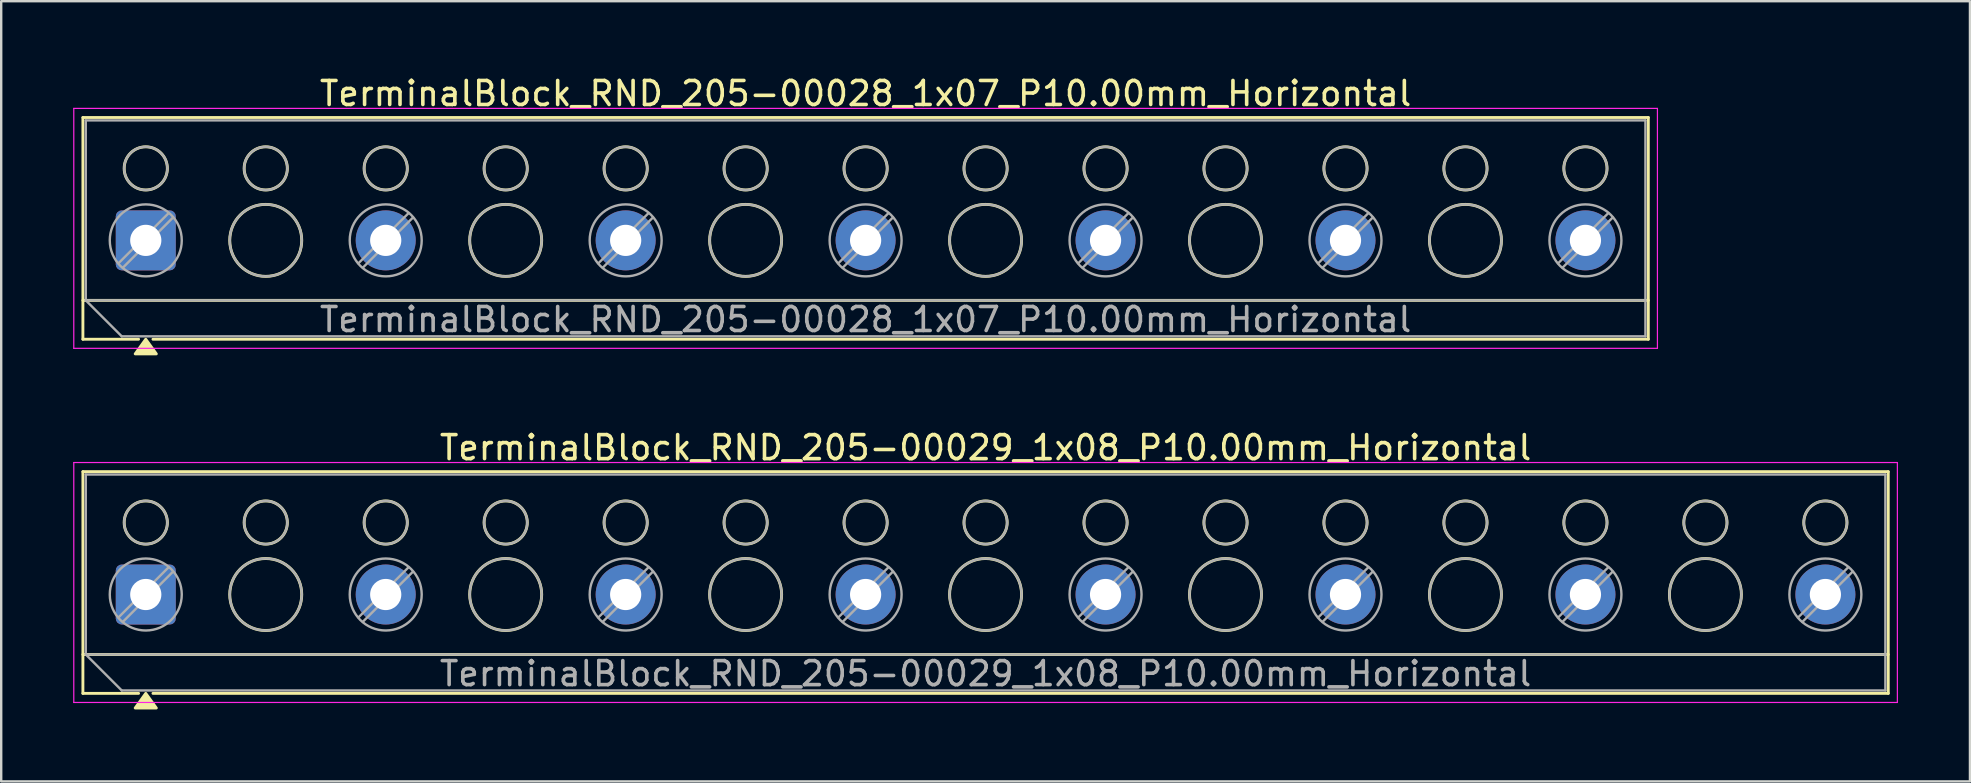
<source format=kicad_pcb>
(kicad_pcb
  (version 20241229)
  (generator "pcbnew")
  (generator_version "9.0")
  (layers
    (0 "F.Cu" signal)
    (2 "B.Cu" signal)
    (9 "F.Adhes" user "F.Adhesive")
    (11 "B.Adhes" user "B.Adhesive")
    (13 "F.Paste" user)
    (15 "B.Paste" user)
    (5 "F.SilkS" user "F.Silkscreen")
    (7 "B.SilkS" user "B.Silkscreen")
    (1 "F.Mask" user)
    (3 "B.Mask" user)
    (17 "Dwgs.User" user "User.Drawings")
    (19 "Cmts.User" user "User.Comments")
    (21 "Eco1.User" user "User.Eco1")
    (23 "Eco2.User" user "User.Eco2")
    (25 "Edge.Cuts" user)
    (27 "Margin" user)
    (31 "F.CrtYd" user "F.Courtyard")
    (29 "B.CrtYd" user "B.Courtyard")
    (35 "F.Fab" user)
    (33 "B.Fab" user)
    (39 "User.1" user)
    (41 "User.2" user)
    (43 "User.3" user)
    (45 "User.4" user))
  (footprint "TerminalBlock_RND_205-00029_1x08_P10.00mm_Horizontal"
    (layer "F.Cu")
    (at 3.025 21.727)
    (property "Reference" "TerminalBlock_RND_205-00029_1x08_P10.00mm_Horizontal" (at 35 -6.12 0) (layer "F.SilkS") (effects (font (size 1 1) (thickness 0.15))))
    (attr through_hole)
    (fp_line (start -2.62 -5.12) (end 72.62 -5.12) (stroke (width 0.12) (type solid)) (layer "F.SilkS"))
    (fp_line (start -2.62 2.5) (end 72.62 2.5) (stroke (width 0.12) (type solid)) (layer "F.SilkS"))
    (fp_line (start -2.62 4.12) (end -2.62 -5.12) (stroke (width 0.12) (type solid)) (layer "F.SilkS"))
    (fp_line (start -0.3 4.12) (end -2.62 4.12) (stroke (width 0.12) (type solid)) (layer "F.SilkS"))
    (fp_line (start 72.62 -5.12) (end 72.62 4.12) (stroke (width 0.12) (type solid)) (layer "F.SilkS"))
    (fp_line (start 72.62 4.12) (end 0.3 4.12) (stroke (width 0.12) (type solid)) (layer "F.SilkS"))
    (fp_circle (center 0 -3) (end 0.9 -3) (stroke (width 0.12) (type solid)) (fill no) (layer "F.SilkS"))
    (fp_circle (center 5 -3) (end 5.9 -3) (stroke (width 0.12) (type solid)) (fill no) (layer "F.SilkS"))
    (fp_circle (center 5 0) (end 6.5 0) (stroke (width 0.12) (type solid)) (fill no) (layer "F.SilkS"))
    (fp_circle (center 10 -3) (end 10.9 -3) (stroke (width 0.12) (type solid)) (fill no) (layer "F.SilkS"))
    (fp_circle (center 15 -3) (end 15.9 -3) (stroke (width 0.12) (type solid)) (fill no) (layer "F.SilkS"))
    (fp_circle (center 15 0) (end 16.5 0) (stroke (width 0.12) (type solid)) (fill no) (layer "F.SilkS"))
    (fp_circle (center 20 -3) (end 20.9 -3) (stroke (width 0.12) (type solid)) (fill no) (layer "F.SilkS"))
    (fp_circle (center 25 -3) (end 25.9 -3) (stroke (width 0.12) (type solid)) (fill no) (layer "F.SilkS"))
    (fp_circle (center 25 0) (end 26.5 0) (stroke (width 0.12) (type solid)) (fill no) (layer "F.SilkS"))
    (fp_circle (center 30 -3) (end 30.9 -3) (stroke (width 0.12) (type solid)) (fill no) (layer "F.SilkS"))
    (fp_circle (center 35 -3) (end 35.9 -3) (stroke (width 0.12) (type solid)) (fill no) (layer "F.SilkS"))
    (fp_circle (center 35 0) (end 36.5 0) (stroke (width 0.12) (type solid)) (fill no) (layer "F.SilkS"))
    (fp_circle (center 40 -3) (end 40.9 -3) (stroke (width 0.12) (type solid)) (fill no) (layer "F.SilkS"))
    (fp_circle (center 45 -3) (end 45.9 -3) (stroke (width 0.12) (type solid)) (fill no) (layer "F.SilkS"))
    (fp_circle (center 45 0) (end 46.5 0) (stroke (width 0.12) (type solid)) (fill no) (layer "F.SilkS"))
    (fp_circle (center 50 -3) (end 50.9 -3) (stroke (width 0.12) (type solid)) (fill no) (layer "F.SilkS"))
    (fp_circle (center 55 -3) (end 55.9 -3) (stroke (width 0.12) (type solid)) (fill no) (layer "F.SilkS"))
    (fp_circle (center 55 0) (end 56.5 0) (stroke (width 0.12) (type solid)) (fill no) (layer "F.SilkS"))
    (fp_circle (center 60 -3) (end 60.9 -3) (stroke (width 0.12) (type solid)) (fill no) (layer "F.SilkS"))
    (fp_circle (center 65 -3) (end 65.9 -3) (stroke (width 0.12) (type solid)) (fill no) (layer "F.SilkS"))
    (fp_circle (center 65 0) (end 66.5 0) (stroke (width 0.12) (type solid)) (fill no) (layer "F.SilkS"))
    (fp_circle (center 70 -3) (end 70.9 -3) (stroke (width 0.12) (type solid)) (fill no) (layer "F.SilkS"))
    (fp_poly (pts (xy 0 4.12) (xy 0.44 4.73) (xy -0.44 4.73)) (stroke (width 0.12) (type solid)) (fill yes) (layer "F.SilkS"))
    (fp_line (start -3 -5.5) (end -3 4.5) (stroke (width 0.05) (type solid)) (layer "F.CrtYd"))
    (fp_line (start -3 4.5) (end 73 4.5) (stroke (width 0.05) (type solid)) (layer "F.CrtYd"))
    (fp_line (start 73 -5.5) (end -3 -5.5) (stroke (width 0.05) (type solid)) (layer "F.CrtYd"))
    (fp_line (start 73 4.5) (end 73 -5.5) (stroke (width 0.05) (type solid)) (layer "F.CrtYd"))
    (fp_line (start -2.5 -5) (end 72.5 -5) (stroke (width 0.1) (type solid)) (layer "F.Fab"))
    (fp_line (start -2.5 2.5) (end -2.5 -5) (stroke (width 0.1) (type solid)) (layer "F.Fab"))
    (fp_line (start -2.5 2.5) (end 72.5 2.5) (stroke (width 0.1) (type solid)) (layer "F.Fab"))
    (fp_line (start -1 4) (end -2.5 2.5) (stroke (width 0.1) (type solid)) (layer "F.Fab"))
    (fp_line (start 0.955 -1.138) (end -1.138 0.955) (stroke (width 0.1) (type solid)) (layer "F.Fab"))
    (fp_line (start 1.138 -0.955) (end -0.955 1.138) (stroke (width 0.1) (type solid)) (layer "F.Fab"))
    (fp_line (start 10.955 -1.138) (end 8.862 0.955) (stroke (width 0.1) (type solid)) (layer "F.Fab"))
    (fp_line (start 11.138 -0.955) (end 9.045 1.138) (stroke (width 0.1) (type solid)) (layer "F.Fab"))
    (fp_line (start 20.955 -1.138) (end 18.862 0.955) (stroke (width 0.1) (type solid)) (layer "F.Fab"))
    (fp_line (start 21.138 -0.955) (end 19.045 1.138) (stroke (width 0.1) (type solid)) (layer "F.Fab"))
    (fp_line (start 30.955 -1.138) (end 28.862 0.955) (stroke (width 0.1) (type solid)) (layer "F.Fab"))
    (fp_line (start 31.138 -0.955) (end 29.045 1.138) (stroke (width 0.1) (type solid)) (layer "F.Fab"))
    (fp_line (start 40.955 -1.138) (end 38.862 0.955) (stroke (width 0.1) (type solid)) (layer "F.Fab"))
    (fp_line (start 41.138 -0.955) (end 39.045 1.138) (stroke (width 0.1) (type solid)) (layer "F.Fab"))
    (fp_line (start 50.955 -1.138) (end 48.862 0.955) (stroke (width 0.1) (type solid)) (layer "F.Fab"))
    (fp_line (start 51.138 -0.955) (end 49.045 1.138) (stroke (width 0.1) (type solid)) (layer "F.Fab"))
    (fp_line (start 60.955 -1.138) (end 58.862 0.955) (stroke (width 0.1) (type solid)) (layer "F.Fab"))
    (fp_line (start 61.138 -0.955) (end 59.045 1.138) (stroke (width 0.1) (type solid)) (layer "F.Fab"))
    (fp_line (start 70.955 -1.138) (end 68.862 0.955) (stroke (width 0.1) (type solid)) (layer "F.Fab"))
    (fp_line (start 71.138 -0.955) (end 69.045 1.138) (stroke (width 0.1) (type solid)) (layer "F.Fab"))
    (fp_line (start 72.5 -5) (end 72.5 4) (stroke (width 0.1) (type solid)) (layer "F.Fab"))
    (fp_line (start 72.5 4) (end -1 4) (stroke (width 0.1) (type solid)) (layer "F.Fab"))
    (fp_circle (center 0 -3) (end 0.9 -3) (stroke (width 0.1) (type solid)) (fill no) (layer "F.Fab"))
    (fp_circle (center 0 0) (end 1.5 0) (stroke (width 0.1) (type solid)) (fill no) (layer "F.Fab"))
    (fp_circle (center 5 -3) (end 5.9 -3) (stroke (width 0.1) (type solid)) (fill no) (layer "F.Fab"))
    (fp_circle (center 5 0) (end 6.5 0) (stroke (width 0.1) (type solid)) (fill no) (layer "F.Fab"))
    (fp_circle (center 10 -3) (end 10.9 -3) (stroke (width 0.1) (type solid)) (fill no) (layer "F.Fab"))
    (fp_circle (center 10 0) (end 11.5 0) (stroke (width 0.1) (type solid)) (fill no) (layer "F.Fab"))
    (fp_circle (center 15 -3) (end 15.9 -3) (stroke (width 0.1) (type solid)) (fill no) (layer "F.Fab"))
    (fp_circle (center 15 0) (end 16.5 0) (stroke (width 0.1) (type solid)) (fill no) (layer "F.Fab"))
    (fp_circle (center 20 -3) (end 20.9 -3) (stroke (width 0.1) (type solid)) (fill no) (layer "F.Fab"))
    (fp_circle (center 20 0) (end 21.5 0) (stroke (width 0.1) (type solid)) (fill no) (layer "F.Fab"))
    (fp_circle (center 25 -3) (end 25.9 -3) (stroke (width 0.1) (type solid)) (fill no) (layer "F.Fab"))
    (fp_circle (center 25 0) (end 26.5 0) (stroke (width 0.1) (type solid)) (fill no) (layer "F.Fab"))
    (fp_circle (center 30 -3) (end 30.9 -3) (stroke (width 0.1) (type solid)) (fill no) (layer "F.Fab"))
    (fp_circle (center 30 0) (end 31.5 0) (stroke (width 0.1) (type solid)) (fill no) (layer "F.Fab"))
    (fp_circle (center 35 -3) (end 35.9 -3) (stroke (width 0.1) (type solid)) (fill no) (layer "F.Fab"))
    (fp_circle (center 35 0) (end 36.5 0) (stroke (width 0.1) (type solid)) (fill no) (layer "F.Fab"))
    (fp_circle (center 40 -3) (end 40.9 -3) (stroke (width 0.1) (type solid)) (fill no) (layer "F.Fab"))
    (fp_circle (center 40 0) (end 41.5 0) (stroke (width 0.1) (type solid)) (fill no) (layer "F.Fab"))
    (fp_circle (center 45 -3) (end 45.9 -3) (stroke (width 0.1) (type solid)) (fill no) (layer "F.Fab"))
    (fp_circle (center 45 0) (end 46.5 0) (stroke (width 0.1) (type solid)) (fill no) (layer "F.Fab"))
    (fp_circle (center 50 -3) (end 50.9 -3) (stroke (width 0.1) (type solid)) (fill no) (layer "F.Fab"))
    (fp_circle (center 50 0) (end 51.5 0) (stroke (width 0.1) (type solid)) (fill no) (layer "F.Fab"))
    (fp_circle (center 55 -3) (end 55.9 -3) (stroke (width 0.1) (type solid)) (fill no) (layer "F.Fab"))
    (fp_circle (center 55 0) (end 56.5 0) (stroke (width 0.1) (type solid)) (fill no) (layer "F.Fab"))
    (fp_circle (center 60 -3) (end 60.9 -3) (stroke (width 0.1) (type solid)) (fill no) (layer "F.Fab"))
    (fp_circle (center 60 0) (end 61.5 0) (stroke (width 0.1) (type solid)) (fill no) (layer "F.Fab"))
    (fp_circle (center 65 -3) (end 65.9 -3) (stroke (width 0.1) (type solid)) (fill no) (layer "F.Fab"))
    (fp_circle (center 65 0) (end 66.5 0) (stroke (width 0.1) (type solid)) (fill no) (layer "F.Fab"))
    (fp_circle (center 70 -3) (end 70.9 -3) (stroke (width 0.1) (type solid)) (fill no) (layer "F.Fab"))
    (fp_circle (center 70 0) (end 71.5 0) (stroke (width 0.1) (type solid)) (fill no) (layer "F.Fab"))
    (fp_text user "${REFERENCE}" (at 35 3.3 0) (layer "F.Fab") (effects (font (size 1 1) (thickness 0.15))))
    (pad "1" thru_hole roundrect (at 0 0) (size 2.5 2.5) (drill 1.3) (layers "*.Cu" "*.Mask") (roundrect_rratio 0.1))
    (pad "2" thru_hole circle (at 10 0) (size 2.5 2.5) (drill 1.3) (layers "*.Cu" "*.Mask"))
    (pad "3" thru_hole circle (at 20 0) (size 2.5 2.5) (drill 1.3) (layers "*.Cu" "*.Mask"))
    (pad "4" thru_hole circle (at 30 0) (size 2.5 2.5) (drill 1.3) (layers "*.Cu" "*.Mask"))
    (pad "5" thru_hole circle (at 40 0) (size 2.5 2.5) (drill 1.3) (layers "*.Cu" "*.Mask"))
    (pad "6" thru_hole circle (at 50 0) (size 2.5 2.5) (drill 1.3) (layers "*.Cu" "*.Mask"))
    (pad "7" thru_hole circle (at 60 0) (size 2.5 2.5) (drill 1.3) (layers "*.Cu" "*.Mask"))
    (pad "8" thru_hole circle (at 70 0) (size 2.5 2.5) (drill 1.3) (layers "*.Cu" "*.Mask")))
  (footprint "TerminalBlock_RND_205-00028_1x07_P10.00mm_Horizontal"
    (layer "F.Cu")
    (at 3.025 6.968)
    (property "Reference" "TerminalBlock_RND_205-00028_1x07_P10.00mm_Horizontal" (at 30 -6.12 0) (layer "F.SilkS") (effects (font (size 1 1) (thickness 0.15))))
    (attr through_hole)
    (fp_line (start -2.62 -5.12) (end 62.62 -5.12) (stroke (width 0.12) (type solid)) (layer "F.SilkS"))
    (fp_line (start -2.62 2.5) (end 62.62 2.5) (stroke (width 0.12) (type solid)) (layer "F.SilkS"))
    (fp_line (start -2.62 4.12) (end -2.62 -5.12) (stroke (width 0.12) (type solid)) (layer "F.SilkS"))
    (fp_line (start -0.3 4.12) (end -2.62 4.12) (stroke (width 0.12) (type solid)) (layer "F.SilkS"))
    (fp_line (start 62.62 -5.12) (end 62.62 4.12) (stroke (width 0.12) (type solid)) (layer "F.SilkS"))
    (fp_line (start 62.62 4.12) (end 0.3 4.12) (stroke (width 0.12) (type solid)) (layer "F.SilkS"))
    (fp_circle (center 0 -3) (end 0.9 -3) (stroke (width 0.12) (type solid)) (fill no) (layer "F.SilkS"))
    (fp_circle (center 5 -3) (end 5.9 -3) (stroke (width 0.12) (type solid)) (fill no) (layer "F.SilkS"))
    (fp_circle (center 5 0) (end 6.5 0) (stroke (width 0.12) (type solid)) (fill no) (layer "F.SilkS"))
    (fp_circle (center 10 -3) (end 10.9 -3) (stroke (width 0.12) (type solid)) (fill no) (layer "F.SilkS"))
    (fp_circle (center 15 -3) (end 15.9 -3) (stroke (width 0.12) (type solid)) (fill no) (layer "F.SilkS"))
    (fp_circle (center 15 0) (end 16.5 0) (stroke (width 0.12) (type solid)) (fill no) (layer "F.SilkS"))
    (fp_circle (center 20 -3) (end 20.9 -3) (stroke (width 0.12) (type solid)) (fill no) (layer "F.SilkS"))
    (fp_circle (center 25 -3) (end 25.9 -3) (stroke (width 0.12) (type solid)) (fill no) (layer "F.SilkS"))
    (fp_circle (center 25 0) (end 26.5 0) (stroke (width 0.12) (type solid)) (fill no) (layer "F.SilkS"))
    (fp_circle (center 30 -3) (end 30.9 -3) (stroke (width 0.12) (type solid)) (fill no) (layer "F.SilkS"))
    (fp_circle (center 35 -3) (end 35.9 -3) (stroke (width 0.12) (type solid)) (fill no) (layer "F.SilkS"))
    (fp_circle (center 35 0) (end 36.5 0) (stroke (width 0.12) (type solid)) (fill no) (layer "F.SilkS"))
    (fp_circle (center 40 -3) (end 40.9 -3) (stroke (width 0.12) (type solid)) (fill no) (layer "F.SilkS"))
    (fp_circle (center 45 -3) (end 45.9 -3) (stroke (width 0.12) (type solid)) (fill no) (layer "F.SilkS"))
    (fp_circle (center 45 0) (end 46.5 0) (stroke (width 0.12) (type solid)) (fill no) (layer "F.SilkS"))
    (fp_circle (center 50 -3) (end 50.9 -3) (stroke (width 0.12) (type solid)) (fill no) (layer "F.SilkS"))
    (fp_circle (center 55 -3) (end 55.9 -3) (stroke (width 0.12) (type solid)) (fill no) (layer "F.SilkS"))
    (fp_circle (center 55 0) (end 56.5 0) (stroke (width 0.12) (type solid)) (fill no) (layer "F.SilkS"))
    (fp_circle (center 60 -3) (end 60.9 -3) (stroke (width 0.12) (type solid)) (fill no) (layer "F.SilkS"))
    (fp_poly (pts (xy 0 4.12) (xy 0.44 4.73) (xy -0.44 4.73)) (stroke (width 0.12) (type solid)) (fill yes) (layer "F.SilkS"))
    (fp_line (start -3 -5.5) (end -3 4.5) (stroke (width 0.05) (type solid)) (layer "F.CrtYd"))
    (fp_line (start -3 4.5) (end 63 4.5) (stroke (width 0.05) (type solid)) (layer "F.CrtYd"))
    (fp_line (start 63 -5.5) (end -3 -5.5) (stroke (width 0.05) (type solid)) (layer "F.CrtYd"))
    (fp_line (start 63 4.5) (end 63 -5.5) (stroke (width 0.05) (type solid)) (layer "F.CrtYd"))
    (fp_line (start -2.5 -5) (end 62.5 -5) (stroke (width 0.1) (type solid)) (layer "F.Fab"))
    (fp_line (start -2.5 2.5) (end -2.5 -5) (stroke (width 0.1) (type solid)) (layer "F.Fab"))
    (fp_line (start -2.5 2.5) (end 62.5 2.5) (stroke (width 0.1) (type solid)) (layer "F.Fab"))
    (fp_line (start -1 4) (end -2.5 2.5) (stroke (width 0.1) (type solid)) (layer "F.Fab"))
    (fp_line (start 0.955 -1.138) (end -1.138 0.955) (stroke (width 0.1) (type solid)) (layer "F.Fab"))
    (fp_line (start 1.138 -0.955) (end -0.955 1.138) (stroke (width 0.1) (type solid)) (layer "F.Fab"))
    (fp_line (start 10.955 -1.138) (end 8.862 0.955) (stroke (width 0.1) (type solid)) (layer "F.Fab"))
    (fp_line (start 11.138 -0.955) (end 9.045 1.138) (stroke (width 0.1) (type solid)) (layer "F.Fab"))
    (fp_line (start 20.955 -1.138) (end 18.862 0.955) (stroke (width 0.1) (type solid)) (layer "F.Fab"))
    (fp_line (start 21.138 -0.955) (end 19.045 1.138) (stroke (width 0.1) (type solid)) (layer "F.Fab"))
    (fp_line (start 30.955 -1.138) (end 28.862 0.955) (stroke (width 0.1) (type solid)) (layer "F.Fab"))
    (fp_line (start 31.138 -0.955) (end 29.045 1.138) (stroke (width 0.1) (type solid)) (layer "F.Fab"))
    (fp_line (start 40.955 -1.138) (end 38.862 0.955) (stroke (width 0.1) (type solid)) (layer "F.Fab"))
    (fp_line (start 41.138 -0.955) (end 39.045 1.138) (stroke (width 0.1) (type solid)) (layer "F.Fab"))
    (fp_line (start 50.955 -1.138) (end 48.862 0.955) (stroke (width 0.1) (type solid)) (layer "F.Fab"))
    (fp_line (start 51.138 -0.955) (end 49.045 1.138) (stroke (width 0.1) (type solid)) (layer "F.Fab"))
    (fp_line (start 60.955 -1.138) (end 58.862 0.955) (stroke (width 0.1) (type solid)) (layer "F.Fab"))
    (fp_line (start 61.138 -0.955) (end 59.045 1.138) (stroke (width 0.1) (type solid)) (layer "F.Fab"))
    (fp_line (start 62.5 -5) (end 62.5 4) (stroke (width 0.1) (type solid)) (layer "F.Fab"))
    (fp_line (start 62.5 4) (end -1 4) (stroke (width 0.1) (type solid)) (layer "F.Fab"))
    (fp_circle (center 0 -3) (end 0.9 -3) (stroke (width 0.1) (type solid)) (fill no) (layer "F.Fab"))
    (fp_circle (center 0 0) (end 1.5 0) (stroke (width 0.1) (type solid)) (fill no) (layer "F.Fab"))
    (fp_circle (center 5 -3) (end 5.9 -3) (stroke (width 0.1) (type solid)) (fill no) (layer "F.Fab"))
    (fp_circle (center 5 0) (end 6.5 0) (stroke (width 0.1) (type solid)) (fill no) (layer "F.Fab"))
    (fp_circle (center 10 -3) (end 10.9 -3) (stroke (width 0.1) (type solid)) (fill no) (layer "F.Fab"))
    (fp_circle (center 10 0) (end 11.5 0) (stroke (width 0.1) (type solid)) (fill no) (layer "F.Fab"))
    (fp_circle (center 15 -3) (end 15.9 -3) (stroke (width 0.1) (type solid)) (fill no) (layer "F.Fab"))
    (fp_circle (center 15 0) (end 16.5 0) (stroke (width 0.1) (type solid)) (fill no) (layer "F.Fab"))
    (fp_circle (center 20 -3) (end 20.9 -3) (stroke (width 0.1) (type solid)) (fill no) (layer "F.Fab"))
    (fp_circle (center 20 0) (end 21.5 0) (stroke (width 0.1) (type solid)) (fill no) (layer "F.Fab"))
    (fp_circle (center 25 -3) (end 25.9 -3) (stroke (width 0.1) (type solid)) (fill no) (layer "F.Fab"))
    (fp_circle (center 25 0) (end 26.5 0) (stroke (width 0.1) (type solid)) (fill no) (layer "F.Fab"))
    (fp_circle (center 30 -3) (end 30.9 -3) (stroke (width 0.1) (type solid)) (fill no) (layer "F.Fab"))
    (fp_circle (center 30 0) (end 31.5 0) (stroke (width 0.1) (type solid)) (fill no) (layer "F.Fab"))
    (fp_circle (center 35 -3) (end 35.9 -3) (stroke (width 0.1) (type solid)) (fill no) (layer "F.Fab"))
    (fp_circle (center 35 0) (end 36.5 0) (stroke (width 0.1) (type solid)) (fill no) (layer "F.Fab"))
    (fp_circle (center 40 -3) (end 40.9 -3) (stroke (width 0.1) (type solid)) (fill no) (layer "F.Fab"))
    (fp_circle (center 40 0) (end 41.5 0) (stroke (width 0.1) (type solid)) (fill no) (layer "F.Fab"))
    (fp_circle (center 45 -3) (end 45.9 -3) (stroke (width 0.1) (type solid)) (fill no) (layer "F.Fab"))
    (fp_circle (center 45 0) (end 46.5 0) (stroke (width 0.1) (type solid)) (fill no) (layer "F.Fab"))
    (fp_circle (center 50 -3) (end 50.9 -3) (stroke (width 0.1) (type solid)) (fill no) (layer "F.Fab"))
    (fp_circle (center 50 0) (end 51.5 0) (stroke (width 0.1) (type solid)) (fill no) (layer "F.Fab"))
    (fp_circle (center 55 -3) (end 55.9 -3) (stroke (width 0.1) (type solid)) (fill no) (layer "F.Fab"))
    (fp_circle (center 55 0) (end 56.5 0) (stroke (width 0.1) (type solid)) (fill no) (layer "F.Fab"))
    (fp_circle (center 60 -3) (end 60.9 -3) (stroke (width 0.1) (type solid)) (fill no) (layer "F.Fab"))
    (fp_circle (center 60 0) (end 61.5 0) (stroke (width 0.1) (type solid)) (fill no) (layer "F.Fab"))
    (fp_text user "${REFERENCE}" (at 30 3.3 0) (layer "F.Fab") (effects (font (size 1 1) (thickness 0.15))))
    (pad "1" thru_hole roundrect (at 0 0) (size 2.5 2.5) (drill 1.3) (layers "*.Cu" "*.Mask") (roundrect_rratio 0.1))
    (pad "2" thru_hole circle (at 10 0) (size 2.5 2.5) (drill 1.3) (layers "*.Cu" "*.Mask"))
    (pad "3" thru_hole circle (at 20 0) (size 2.5 2.5) (drill 1.3) (layers "*.Cu" "*.Mask"))
    (pad "4" thru_hole circle (at 30 0) (size 2.5 2.5) (drill 1.3) (layers "*.Cu" "*.Mask"))
    (pad "5" thru_hole circle (at 40 0) (size 2.5 2.5) (drill 1.3) (layers "*.Cu" "*.Mask"))
    (pad "6" thru_hole circle (at 50 0) (size 2.5 2.5) (drill 1.3) (layers "*.Cu" "*.Mask"))
    (pad "7" thru_hole circle (at 60 0) (size 2.5 2.5) (drill 1.3) (layers "*.Cu" "*.Mask")))
  (gr_rect
    (start -3 -3)
    (end 79.05 29.517)
    (stroke (width 0.1) (type default))
    (fill no)
    (layer "Edge.Cuts")))
</source>
